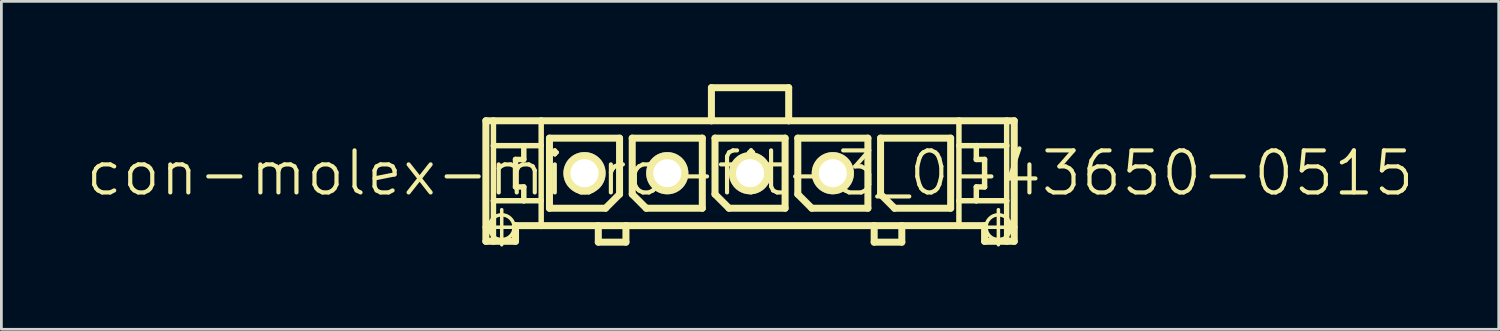
<source format=kicad_pcb>
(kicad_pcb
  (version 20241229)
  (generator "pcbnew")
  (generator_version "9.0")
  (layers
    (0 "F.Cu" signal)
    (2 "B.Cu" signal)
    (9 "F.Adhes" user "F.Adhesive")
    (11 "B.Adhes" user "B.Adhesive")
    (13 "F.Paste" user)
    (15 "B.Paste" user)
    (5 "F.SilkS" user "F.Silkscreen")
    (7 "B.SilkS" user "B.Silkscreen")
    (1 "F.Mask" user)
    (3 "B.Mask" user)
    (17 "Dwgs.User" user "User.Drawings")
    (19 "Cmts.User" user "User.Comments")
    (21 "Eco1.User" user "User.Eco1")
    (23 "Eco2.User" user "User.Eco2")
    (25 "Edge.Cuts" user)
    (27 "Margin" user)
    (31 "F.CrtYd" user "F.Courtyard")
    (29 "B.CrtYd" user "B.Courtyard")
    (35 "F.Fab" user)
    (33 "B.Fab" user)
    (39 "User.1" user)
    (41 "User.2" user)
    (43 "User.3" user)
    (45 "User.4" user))
  (footprint "con-molex-micro-fit-3_0-43650-0515"
    (layer "F.Cu")
    (at 24.13 3.226)
    (property "Reference" "con-molex-micro-fit-3_0-43650-0515" (at 0 0 0) (layer "F.SilkS") (effects (font (size 1.524 1.524) (thickness 0.15))))
    (attr exclude_from_pos_files exclude_from_bom)
    (fp_line (start -9.634 1.958) (end -8.364 1.958) (stroke (width 0.127) (type solid)) (layer "F.SilkS"))
    (fp_line (start -9.573 -1.9) (end -9.299 -1.9) (stroke (width 0.254) (type solid)) (layer "F.SilkS"))
    (fp_line (start -9.573 2.469) (end -9.573 -1.9) (stroke (width 0.254) (type solid)) (layer "F.SilkS"))
    (fp_line (start -9.299 -1.9) (end -7.569 -1.9) (stroke (width 0.254) (type solid)) (layer "F.SilkS"))
    (fp_line (start -9.299 -0.998) (end -9.299 -1.9) (stroke (width 0.198) (type solid)) (layer "F.SilkS"))
    (fp_line (start -9.299 0.998) (end -9.299 -0.998) (stroke (width 0.198) (type solid)) (layer "F.SilkS"))
    (fp_line (start -9.299 2.469) (end -9.573 2.469) (stroke (width 0.254) (type solid)) (layer "F.SilkS"))
    (fp_line (start -9.299 2.469) (end -9.299 0.998) (stroke (width 0.198) (type solid)) (layer "F.SilkS"))
    (fp_line (start -8.999 2.593) (end -8.999 1.323) (stroke (width 0.127) (type solid)) (layer "F.SilkS"))
    (fp_line (start -8.499 -0.498) (end -8.499 0.498) (stroke (width 0.198) (type solid)) (layer "F.SilkS"))
    (fp_line (start -8.499 0.498) (end -8.199 0.498) (stroke (width 0.198) (type solid)) (layer "F.SilkS"))
    (fp_line (start -8.499 1.9) (end -8.499 2.469) (stroke (width 0.254) (type solid)) (layer "F.SilkS"))
    (fp_line (start -8.499 2.469) (end -9.299 2.469) (stroke (width 0.254) (type solid)) (layer "F.SilkS"))
    (fp_line (start -8.199 -0.998) (end -9.299 -0.998) (stroke (width 0.198) (type solid)) (layer "F.SilkS"))
    (fp_line (start -8.199 -0.998) (end -8.199 -0.498) (stroke (width 0.198) (type solid)) (layer "F.SilkS"))
    (fp_line (start -8.199 -0.498) (end -8.499 -0.498) (stroke (width 0.198) (type solid)) (layer "F.SilkS"))
    (fp_line (start -8.199 0.498) (end -8.199 0.998) (stroke (width 0.198) (type solid)) (layer "F.SilkS"))
    (fp_line (start -8.199 0.998) (end -9.299 0.998) (stroke (width 0.198) (type solid)) (layer "F.SilkS"))
    (fp_line (start -7.569 -1.9) (end -1.4 -1.9) (stroke (width 0.254) (type solid)) (layer "F.SilkS"))
    (fp_line (start -7.569 -0.998) (end -8.199 -0.998) (stroke (width 0.198) (type solid)) (layer "F.SilkS"))
    (fp_line (start -7.569 -0.998) (end -7.569 -1.9) (stroke (width 0.198) (type solid)) (layer "F.SilkS"))
    (fp_line (start -7.569 0.998) (end -8.199 0.998) (stroke (width 0.198) (type solid)) (layer "F.SilkS"))
    (fp_line (start -7.569 0.998) (end -7.569 -0.998) (stroke (width 0.198) (type solid)) (layer "F.SilkS"))
    (fp_line (start -7.569 1.9) (end -8.499 1.9) (stroke (width 0.254) (type solid)) (layer "F.SilkS"))
    (fp_line (start -7.569 1.9) (end -7.569 0.998) (stroke (width 0.198) (type solid)) (layer "F.SilkS"))
    (fp_line (start -7.269 -1.27) (end -4.729 -1.27) (stroke (width 0.254) (type solid)) (layer "F.SilkS"))
    (fp_line (start -7.269 1.27) (end -7.269 -1.27) (stroke (width 0.254) (type solid)) (layer "F.SilkS"))
    (fp_line (start -5.499 1.9) (end -7.569 1.9) (stroke (width 0.254) (type solid)) (layer "F.SilkS"))
    (fp_line (start -5.499 1.9) (end -5.499 2.499) (stroke (width 0.254) (type solid)) (layer "F.SilkS"))
    (fp_line (start -5.499 2.499) (end -4.498 2.499) (stroke (width 0.254) (type solid)) (layer "F.SilkS"))
    (fp_line (start -5.237 1.27) (end -7.269 1.27) (stroke (width 0.254) (type solid)) (layer "F.SilkS"))
    (fp_line (start -4.729 -1.27) (end -4.729 0.762) (stroke (width 0.254) (type solid)) (layer "F.SilkS"))
    (fp_line (start -4.729 0.762) (end -5.237 1.27) (stroke (width 0.254) (type solid)) (layer "F.SilkS"))
    (fp_line (start -4.498 1.9) (end -5.499 1.9) (stroke (width 0.254) (type solid)) (layer "F.SilkS"))
    (fp_line (start -4.498 2.499) (end -4.498 1.9) (stroke (width 0.254) (type solid)) (layer "F.SilkS"))
    (fp_line (start -4.27 -1.27) (end -1.73 -1.27) (stroke (width 0.254) (type solid)) (layer "F.SilkS"))
    (fp_line (start -4.27 0.762) (end -4.27 -1.27) (stroke (width 0.254) (type solid)) (layer "F.SilkS"))
    (fp_line (start -3.762 1.27) (end -4.27 0.762) (stroke (width 0.254) (type solid)) (layer "F.SilkS"))
    (fp_line (start -1.73 -1.27) (end -1.73 1.27) (stroke (width 0.254) (type solid)) (layer "F.SilkS"))
    (fp_line (start -1.73 1.27) (end -3.762 1.27) (stroke (width 0.254) (type solid)) (layer "F.SilkS"))
    (fp_line (start -1.4 -3.099) (end -1.4 -1.9) (stroke (width 0.254) (type solid)) (layer "F.SilkS"))
    (fp_line (start -1.4 -3.099) (end 1.4 -3.099) (stroke (width 0.254) (type solid)) (layer "F.SilkS"))
    (fp_line (start -1.4 -1.9) (end 1.4 -1.9) (stroke (width 0.254) (type solid)) (layer "F.SilkS"))
    (fp_line (start -1.27 -1.27) (end 1.27 -1.27) (stroke (width 0.254) (type solid)) (layer "F.SilkS"))
    (fp_line (start -1.27 0.762) (end -1.27 -1.27) (stroke (width 0.254) (type solid)) (layer "F.SilkS"))
    (fp_line (start -0.762 1.27) (end -1.27 0.762) (stroke (width 0.254) (type solid)) (layer "F.SilkS"))
    (fp_line (start 1.27 -1.27) (end 1.27 1.27) (stroke (width 0.254) (type solid)) (layer "F.SilkS"))
    (fp_line (start 1.27 1.27) (end -0.762 1.27) (stroke (width 0.254) (type solid)) (layer "F.SilkS"))
    (fp_line (start 1.4 -3.099) (end 1.4 -1.9) (stroke (width 0.254) (type solid)) (layer "F.SilkS"))
    (fp_line (start 1.4 -1.9) (end 7.569 -1.9) (stroke (width 0.254) (type solid)) (layer "F.SilkS"))
    (fp_line (start 1.73 -1.27) (end 4.27 -1.27) (stroke (width 0.254) (type solid)) (layer "F.SilkS"))
    (fp_line (start 1.73 0.762) (end 1.73 -1.27) (stroke (width 0.254) (type solid)) (layer "F.SilkS"))
    (fp_line (start 2.238 1.27) (end 1.73 0.762) (stroke (width 0.254) (type solid)) (layer "F.SilkS"))
    (fp_line (start 4.27 -1.27) (end 4.27 1.27) (stroke (width 0.254) (type solid)) (layer "F.SilkS"))
    (fp_line (start 4.27 1.27) (end 2.238 1.27) (stroke (width 0.254) (type solid)) (layer "F.SilkS"))
    (fp_line (start 4.498 1.9) (end -4.498 1.9) (stroke (width 0.254) (type solid)) (layer "F.SilkS"))
    (fp_line (start 4.498 1.9) (end 4.498 2.499) (stroke (width 0.254) (type solid)) (layer "F.SilkS"))
    (fp_line (start 4.498 2.499) (end 5.499 2.499) (stroke (width 0.254) (type solid)) (layer "F.SilkS"))
    (fp_line (start 4.729 -1.27) (end 7.269 -1.27) (stroke (width 0.254) (type solid)) (layer "F.SilkS"))
    (fp_line (start 4.729 0.762) (end 4.729 -1.27) (stroke (width 0.254) (type solid)) (layer "F.SilkS"))
    (fp_line (start 5.237 1.27) (end 4.729 0.762) (stroke (width 0.254) (type solid)) (layer "F.SilkS"))
    (fp_line (start 5.499 1.9) (end 4.498 1.9) (stroke (width 0.254) (type solid)) (layer "F.SilkS"))
    (fp_line (start 5.499 2.499) (end 5.499 1.9) (stroke (width 0.254) (type solid)) (layer "F.SilkS"))
    (fp_line (start 7.269 -1.27) (end 7.269 1.27) (stroke (width 0.254) (type solid)) (layer "F.SilkS"))
    (fp_line (start 7.269 1.27) (end 5.237 1.27) (stroke (width 0.254) (type solid)) (layer "F.SilkS"))
    (fp_line (start 7.569 -1.9) (end 7.569 -0.998) (stroke (width 0.198) (type solid)) (layer "F.SilkS"))
    (fp_line (start 7.569 -1.9) (end 9.299 -1.9) (stroke (width 0.254) (type solid)) (layer "F.SilkS"))
    (fp_line (start 7.569 -0.998) (end 7.569 0.998) (stroke (width 0.198) (type solid)) (layer "F.SilkS"))
    (fp_line (start 7.569 -0.998) (end 8.199 -0.998) (stroke (width 0.198) (type solid)) (layer "F.SilkS"))
    (fp_line (start 7.569 0.998) (end 7.569 1.9) (stroke (width 0.198) (type solid)) (layer "F.SilkS"))
    (fp_line (start 7.569 0.998) (end 8.199 0.998) (stroke (width 0.198) (type solid)) (layer "F.SilkS"))
    (fp_line (start 7.569 1.9) (end 5.499 1.9) (stroke (width 0.254) (type solid)) (layer "F.SilkS"))
    (fp_line (start 8.199 -0.998) (end 8.199 -0.498) (stroke (width 0.198) (type solid)) (layer "F.SilkS"))
    (fp_line (start 8.199 -0.998) (end 9.299 -0.998) (stroke (width 0.198) (type solid)) (layer "F.SilkS"))
    (fp_line (start 8.199 -0.498) (end 8.499 -0.498) (stroke (width 0.198) (type solid)) (layer "F.SilkS"))
    (fp_line (start 8.199 0.498) (end 8.199 0.998) (stroke (width 0.198) (type solid)) (layer "F.SilkS"))
    (fp_line (start 8.199 0.998) (end 9.299 0.998) (stroke (width 0.198) (type solid)) (layer "F.SilkS"))
    (fp_line (start 8.364 1.958) (end 9.634 1.958) (stroke (width 0.127) (type solid)) (layer "F.SilkS"))
    (fp_line (start 8.499 -0.498) (end 8.499 0.498) (stroke (width 0.198) (type solid)) (layer "F.SilkS"))
    (fp_line (start 8.499 0.498) (end 8.199 0.498) (stroke (width 0.198) (type solid)) (layer "F.SilkS"))
    (fp_line (start 8.499 1.9) (end 7.569 1.9) (stroke (width 0.254) (type solid)) (layer "F.SilkS"))
    (fp_line (start 8.499 2.469) (end 8.499 1.9) (stroke (width 0.254) (type solid)) (layer "F.SilkS"))
    (fp_line (start 8.499 2.469) (end 9.299 2.469) (stroke (width 0.254) (type solid)) (layer "F.SilkS"))
    (fp_line (start 8.999 2.593) (end 8.999 1.323) (stroke (width 0.127) (type solid)) (layer "F.SilkS"))
    (fp_line (start 9.299 -1.9) (end 9.573 -1.9) (stroke (width 0.254) (type solid)) (layer "F.SilkS"))
    (fp_line (start 9.299 -0.998) (end 9.299 -1.9) (stroke (width 0.198) (type solid)) (layer "F.SilkS"))
    (fp_line (start 9.299 0.998) (end 9.299 -0.998) (stroke (width 0.198) (type solid)) (layer "F.SilkS"))
    (fp_line (start 9.299 2.469) (end 9.299 0.998) (stroke (width 0.198) (type solid)) (layer "F.SilkS"))
    (fp_line (start 9.299 2.469) (end 9.573 2.469) (stroke (width 0.254) (type solid)) (layer "F.SilkS"))
    (fp_line (start 9.573 -1.9) (end 9.573 2.469) (stroke (width 0.254) (type solid)) (layer "F.SilkS"))
    (fp_circle (center -8.999 1.958) (end -9.317 2.276) (stroke (width 0.127) (type solid)) (fill no) (layer "F.SilkS"))
    (fp_circle (center 8.999 1.958) (end 9.317 2.276) (stroke (width 0.127) (type solid)) (fill no) (layer "F.SilkS"))
    (pad "P$1" thru_hole rect (at 5.999 0) (size 0.001 0.001) (drill 1.019) (layers "*.Cu" "F.Mask" "F.SilkS" "F.Paste"))
    (pad "P$2" thru_hole circle (at 3 0) (size 1.529 1.529) (drill 1.019) (layers "*.Cu" "F.Mask" "F.SilkS" "F.Paste"))
    (pad "P$3" thru_hole circle (at 0 0) (size 1.529 1.529) (drill 1.019) (layers "*.Cu" "F.Mask" "F.SilkS" "F.Paste"))
    (pad "P$4" thru_hole circle (at -3 0) (size 1.529 1.529) (drill 1.019) (layers "*.Cu" "F.Mask" "F.SilkS" "F.Paste"))
    (pad "P$5" thru_hole circle (at -5.999 0) (size 1.529 1.529) (drill 1.019) (layers "*.Cu" "F.Mask" "F.SilkS" "F.Paste")))
  (gr_rect
    (start -3 -3)
    (end 51.26 8.883)
    (stroke (width 0.1) (type default))
    (fill no)
    (layer "Edge.Cuts")))
</source>
